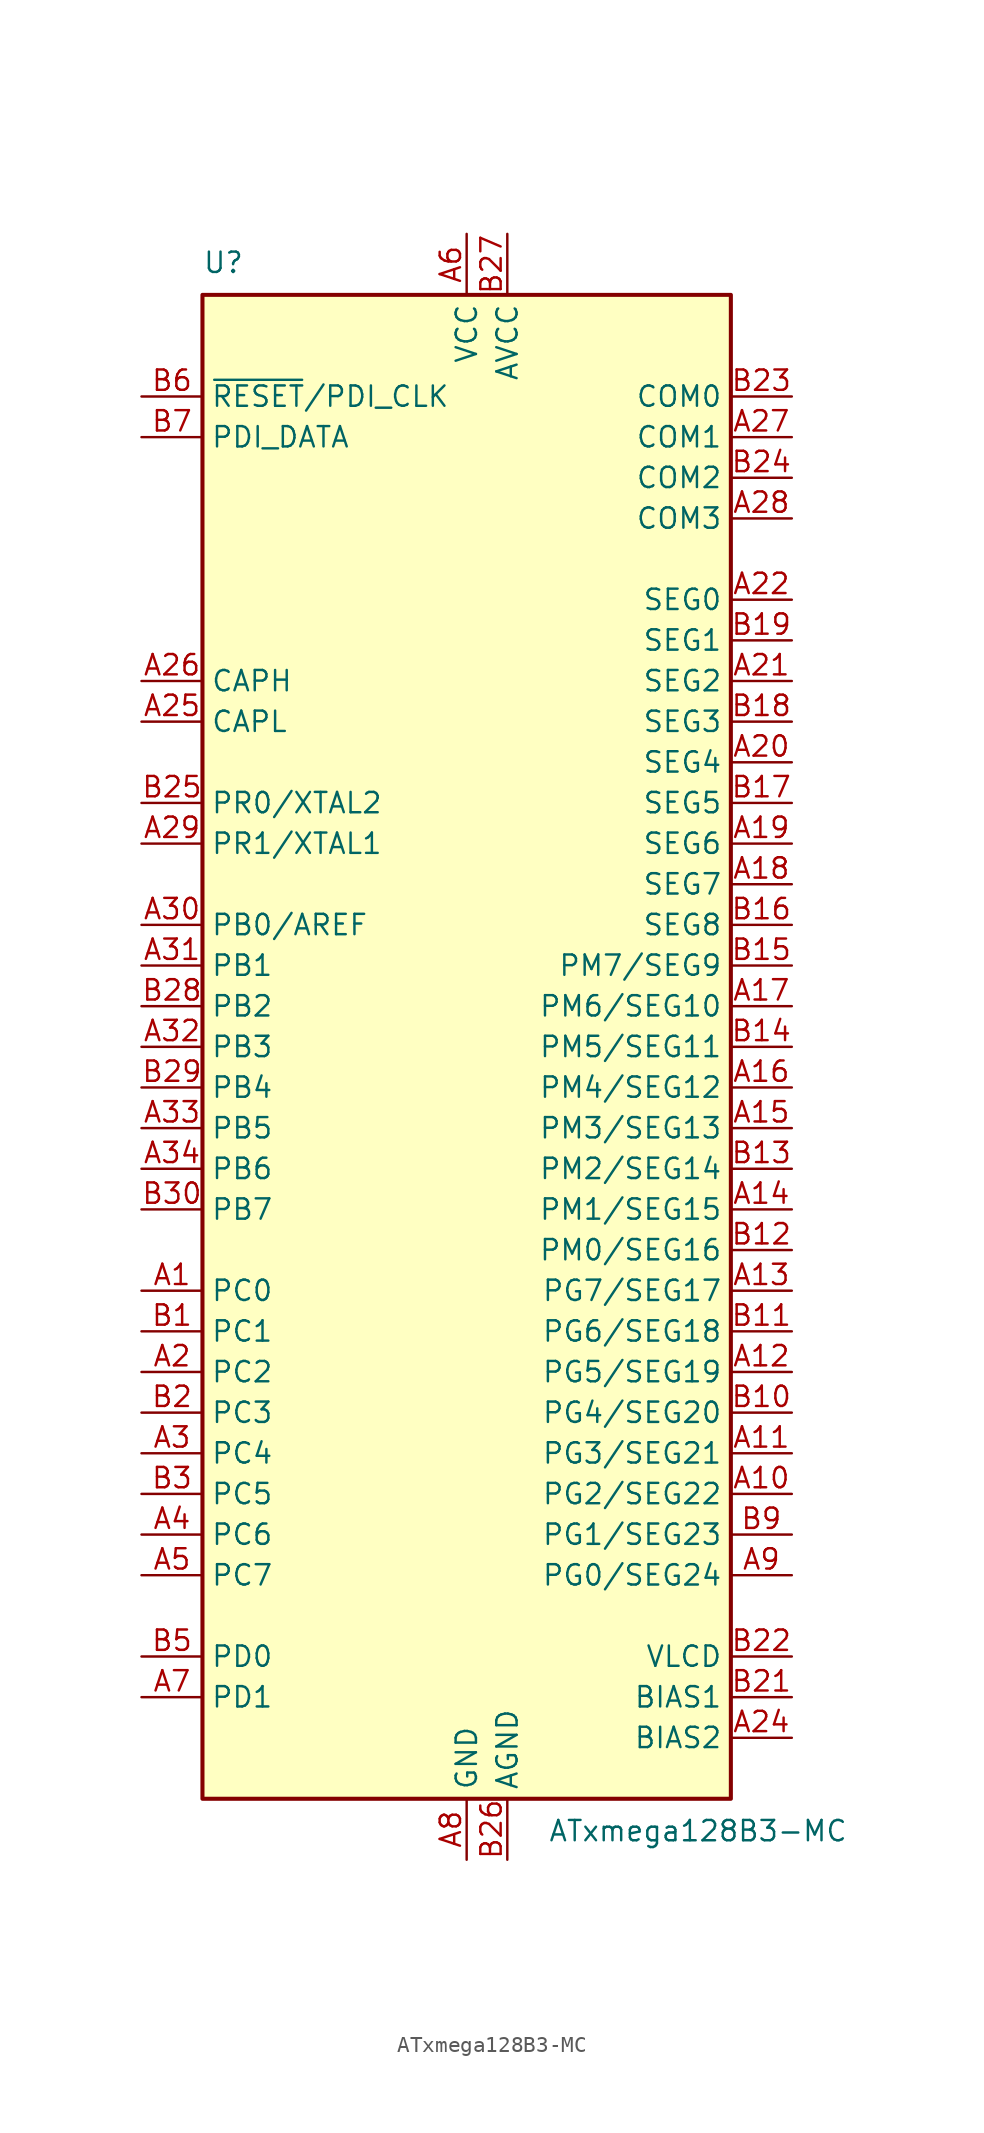
<source format=kicad_sym>
(kicad_symbol_lib
  (version 20231120)
  (generator "kicad_symbol_editor")
  (generator_version "8.0")
  (symbol "ATxmega128B3-MC"
    (property "Reference" "U"
      (at -16.51 48.26 0)
      (effects (font (size 1.27 1.27)) (justify left bottom)))
    (property "Value" "ATxmega128B3-MC"
      (at 5.08 -48.26 0)
      (effects (font (size 1.27 1.27)) (justify left top)))
    (symbol "ATxmega128B3-MC_0_1"
      (rectangle (start -16.51 -46.99) (end 16.51 46.99) (stroke (width 0.254) (type default)) (fill (type background))))
    (symbol "ATxmega128B3-MC_1_1"
      (pin bidirectional line (at -20.32 -15.24 0) (length 3.81) (name "PC0" (effects (font (size 1.27 1.27)))) (number "A1" (effects (font (size 1.27 1.27)))))
      (pin bidirectional line (at 20.32 -27.94 180) (length 3.81) (name "PG2/SEG22" (effects (font (size 1.27 1.27)))) (number "A10" (effects (font (size 1.27 1.27)))))
      (pin bidirectional line (at 20.32 -25.4 180) (length 3.81) (name "PG3/SEG21" (effects (font (size 1.27 1.27)))) (number "A11" (effects (font (size 1.27 1.27)))))
      (pin bidirectional line (at 20.32 -20.32 180) (length 3.81) (name "PG5/SEG19" (effects (font (size 1.27 1.27)))) (number "A12" (effects (font (size 1.27 1.27)))))
      (pin bidirectional line (at 20.32 -15.24 180) (length 3.81) (name "PG7/SEG17" (effects (font (size 1.27 1.27)))) (number "A13" (effects (font (size 1.27 1.27)))))
      (pin bidirectional line (at 20.32 -10.16 180) (length 3.81) (name "PM1/SEG15" (effects (font (size 1.27 1.27)))) (number "A14" (effects (font (size 1.27 1.27)))))
      (pin bidirectional line (at 20.32 -5.08 180) (length 3.81) (name "PM3/SEG13" (effects (font (size 1.27 1.27)))) (number "A15" (effects (font (size 1.27 1.27)))))
      (pin bidirectional line (at 20.32 -2.54 180) (length 3.81) (name "PM4/SEG12" (effects (font (size 1.27 1.27)))) (number "A16" (effects (font (size 1.27 1.27)))))
      (pin bidirectional line (at 20.32 2.54 180) (length 3.81) (name "PM6/SEG10" (effects (font (size 1.27 1.27)))) (number "A17" (effects (font (size 1.27 1.27)))))
      (pin output line (at 20.32 10.16 180) (length 3.81) (name "SEG7" (effects (font (size 1.27 1.27)))) (number "A18" (effects (font (size 1.27 1.27)))))
      (pin output line (at 20.32 12.7 180) (length 3.81) (name "SEG6" (effects (font (size 1.27 1.27)))) (number "A19" (effects (font (size 1.27 1.27)))))
      (pin bidirectional line (at -20.32 -20.32 0) (length 3.81) (name "PC2" (effects (font (size 1.27 1.27)))) (number "A2" (effects (font (size 1.27 1.27)))))
      (pin output line (at 20.32 17.78 180) (length 3.81) (name "SEG4" (effects (font (size 1.27 1.27)))) (number "A20" (effects (font (size 1.27 1.27)))))
      (pin output line (at 20.32 22.86 180) (length 3.81) (name "SEG2" (effects (font (size 1.27 1.27)))) (number "A21" (effects (font (size 1.27 1.27)))))
      (pin output line (at 20.32 27.94 180) (length 3.81) (name "SEG0" (effects (font (size 1.27 1.27)))) (number "A22" (effects (font (size 1.27 1.27)))))
      (pin passive line (at 0 50.8 270) (length 3.81) hide (name "VCC" (effects (font (size 1.27 1.27)))) (number "A23" (effects (font (size 1.27 1.27)))))
      (pin power_out line (at 20.32 -43.18 180) (length 3.81) (name "BIAS2" (effects (font (size 1.27 1.27)))) (number "A24" (effects (font (size 1.27 1.27)))))
      (pin passive line (at -20.32 20.32 0) (length 3.81) (name "CAPL" (effects (font (size 1.27 1.27)))) (number "A25" (effects (font (size 1.27 1.27)))))
      (pin passive line (at -20.32 22.86 0) (length 3.81) (name "CAPH" (effects (font (size 1.27 1.27)))) (number "A26" (effects (font (size 1.27 1.27)))))
      (pin output line (at 20.32 38.1 180) (length 3.81) (name "COM1" (effects (font (size 1.27 1.27)))) (number "A27" (effects (font (size 1.27 1.27)))))
      (pin output line (at 20.32 33.02 180) (length 3.81) (name "COM3" (effects (font (size 1.27 1.27)))) (number "A28" (effects (font (size 1.27 1.27)))))
      (pin bidirectional line (at -20.32 12.7 0) (length 3.81) (name "PR1/XTAL1" (effects (font (size 1.27 1.27)))) (number "A29" (effects (font (size 1.27 1.27)))))
      (pin bidirectional line (at -20.32 -25.4 0) (length 3.81) (name "PC4" (effects (font (size 1.27 1.27)))) (number "A3" (effects (font (size 1.27 1.27)))))
      (pin bidirectional line (at -20.32 7.62 0) (length 3.81) (name "PB0/AREF" (effects (font (size 1.27 1.27)))) (number "A30" (effects (font (size 1.27 1.27)))))
      (pin bidirectional line (at -20.32 5.08 0) (length 3.81) (name "PB1" (effects (font (size 1.27 1.27)))) (number "A31" (effects (font (size 1.27 1.27)))))
      (pin bidirectional line (at -20.32 0 0) (length 3.81) (name "PB3" (effects (font (size 1.27 1.27)))) (number "A32" (effects (font (size 1.27 1.27)))))
      (pin bidirectional line (at -20.32 -5.08 0) (length 3.81) (name "PB5" (effects (font (size 1.27 1.27)))) (number "A33" (effects (font (size 1.27 1.27)))))
      (pin bidirectional line (at -20.32 -7.62 0) (length 3.81) (name "PB6" (effects (font (size 1.27 1.27)))) (number "A34" (effects (font (size 1.27 1.27)))))
      (pin bidirectional line (at -20.32 -30.48 0) (length 3.81) (name "PC6" (effects (font (size 1.27 1.27)))) (number "A4" (effects (font (size 1.27 1.27)))))
      (pin bidirectional line (at -20.32 -33.02 0) (length 3.81) (name "PC7" (effects (font (size 1.27 1.27)))) (number "A5" (effects (font (size 1.27 1.27)))))
      (pin power_in line (at 0 50.8 270) (length 3.81) (name "VCC" (effects (font (size 1.27 1.27)))) (number "A6" (effects (font (size 1.27 1.27)))))
      (pin bidirectional line (at -20.32 -40.64 0) (length 3.81) (name "PD1" (effects (font (size 1.27 1.27)))) (number "A7" (effects (font (size 1.27 1.27)))))
      (pin power_in line (at 0 -50.8 90) (length 3.81) (name "GND" (effects (font (size 1.27 1.27)))) (number "A8" (effects (font (size 1.27 1.27)))))
      (pin bidirectional line (at 20.32 -33.02 180) (length 3.81) (name "PG0/SEG24" (effects (font (size 1.27 1.27)))) (number "A9" (effects (font (size 1.27 1.27)))))
      (pin bidirectional line (at -20.32 -17.78 0) (length 3.81) (name "PC1" (effects (font (size 1.27 1.27)))) (number "B1" (effects (font (size 1.27 1.27)))))
      (pin bidirectional line (at 20.32 -22.86 180) (length 3.81) (name "PG4/SEG20" (effects (font (size 1.27 1.27)))) (number "B10" (effects (font (size 1.27 1.27)))))
      (pin bidirectional line (at 20.32 -17.78 180) (length 3.81) (name "PG6/SEG18" (effects (font (size 1.27 1.27)))) (number "B11" (effects (font (size 1.27 1.27)))))
      (pin bidirectional line (at 20.32 -12.7 180) (length 3.81) (name "PM0/SEG16" (effects (font (size 1.27 1.27)))) (number "B12" (effects (font (size 1.27 1.27)))))
      (pin bidirectional line (at 20.32 -7.62 180) (length 3.81) (name "PM2/SEG14" (effects (font (size 1.27 1.27)))) (number "B13" (effects (font (size 1.27 1.27)))))
      (pin bidirectional line (at 20.32 0 180) (length 3.81) (name "PM5/SEG11" (effects (font (size 1.27 1.27)))) (number "B14" (effects (font (size 1.27 1.27)))))
      (pin bidirectional line (at 20.32 5.08 180) (length 3.81) (name "PM7/SEG9" (effects (font (size 1.27 1.27)))) (number "B15" (effects (font (size 1.27 1.27)))))
      (pin output line (at 20.32 7.62 180) (length 3.81) (name "SEG8" (effects (font (size 1.27 1.27)))) (number "B16" (effects (font (size 1.27 1.27)))))
      (pin output line (at 20.32 15.24 180) (length 3.81) (name "SEG5" (effects (font (size 1.27 1.27)))) (number "B17" (effects (font (size 1.27 1.27)))))
      (pin output line (at 20.32 20.32 180) (length 3.81) (name "SEG3" (effects (font (size 1.27 1.27)))) (number "B18" (effects (font (size 1.27 1.27)))))
      (pin output line (at 20.32 25.4 180) (length 3.81) (name "SEG1" (effects (font (size 1.27 1.27)))) (number "B19" (effects (font (size 1.27 1.27)))))
      (pin bidirectional line (at -20.32 -22.86 0) (length 3.81) (name "PC3" (effects (font (size 1.27 1.27)))) (number "B2" (effects (font (size 1.27 1.27)))))
      (pin passive line (at 0 -50.8 90) (length 3.81) hide (name "GND" (effects (font (size 1.27 1.27)))) (number "B20" (effects (font (size 1.27 1.27)))))
      (pin power_out line (at 20.32 -40.64 180) (length 3.81) (name "BIAS1" (effects (font (size 1.27 1.27)))) (number "B21" (effects (font (size 1.27 1.27)))))
      (pin power_out line (at 20.32 -38.1 180) (length 3.81) (name "VLCD" (effects (font (size 1.27 1.27)))) (number "B22" (effects (font (size 1.27 1.27)))))
      (pin output line (at 20.32 40.64 180) (length 3.81) (name "COM0" (effects (font (size 1.27 1.27)))) (number "B23" (effects (font (size 1.27 1.27)))))
      (pin output line (at 20.32 35.56 180) (length 3.81) (name "COM2" (effects (font (size 1.27 1.27)))) (number "B24" (effects (font (size 1.27 1.27)))))
      (pin bidirectional line (at -20.32 15.24 0) (length 3.81) (name "PR0/XTAL2" (effects (font (size 1.27 1.27)))) (number "B25" (effects (font (size 1.27 1.27)))))
      (pin power_in line (at 2.54 -50.8 90) (length 3.81) (name "AGND" (effects (font (size 1.27 1.27)))) (number "B26" (effects (font (size 1.27 1.27)))))
      (pin power_in line (at 2.54 50.8 270) (length 3.81) (name "AVCC" (effects (font (size 1.27 1.27)))) (number "B27" (effects (font (size 1.27 1.27)))))
      (pin bidirectional line (at -20.32 2.54 0) (length 3.81) (name "PB2" (effects (font (size 1.27 1.27)))) (number "B28" (effects (font (size 1.27 1.27)))))
      (pin bidirectional line (at -20.32 -2.54 0) (length 3.81) (name "PB4" (effects (font (size 1.27 1.27)))) (number "B29" (effects (font (size 1.27 1.27)))))
      (pin bidirectional line (at -20.32 -27.94 0) (length 3.81) (name "PC5" (effects (font (size 1.27 1.27)))) (number "B3" (effects (font (size 1.27 1.27)))))
      (pin bidirectional line (at -20.32 -10.16 0) (length 3.81) (name "PB7" (effects (font (size 1.27 1.27)))) (number "B30" (effects (font (size 1.27 1.27)))))
      (pin passive line (at 0 -50.8 90) (length 3.81) hide (name "GND" (effects (font (size 1.27 1.27)))) (number "B4" (effects (font (size 1.27 1.27)))))
      (pin bidirectional line (at -20.32 -38.1 0) (length 3.81) (name "PD0" (effects (font (size 1.27 1.27)))) (number "B5" (effects (font (size 1.27 1.27)))))
      (pin input line (at -20.32 40.64 0) (length 3.81) (name "~{RESET}/PDI_CLK" (effects (font (size 1.27 1.27)))) (number "B6" (effects (font (size 1.27 1.27)))))
      (pin bidirectional line (at -20.32 38.1 0) (length 3.81) (name "PDI_DATA" (effects (font (size 1.27 1.27)))) (number "B7" (effects (font (size 1.27 1.27)))))
      (pin passive line (at 0 50.8 270) (length 3.81) hide (name "VCC" (effects (font (size 1.27 1.27)))) (number "B8" (effects (font (size 1.27 1.27)))))
      (pin bidirectional line (at 20.32 -30.48 180) (length 3.81) (name "PG1/SEG23" (effects (font (size 1.27 1.27)))) (number "B9" (effects (font (size 1.27 1.27)))))
      (pin passive line (at 0 -50.8 90) (length 3.81) hide (name "GND" (effects (font (size 1.27 1.27)))) (number "EP" (effects (font (size 1.27 1.27))))))))
</source>
